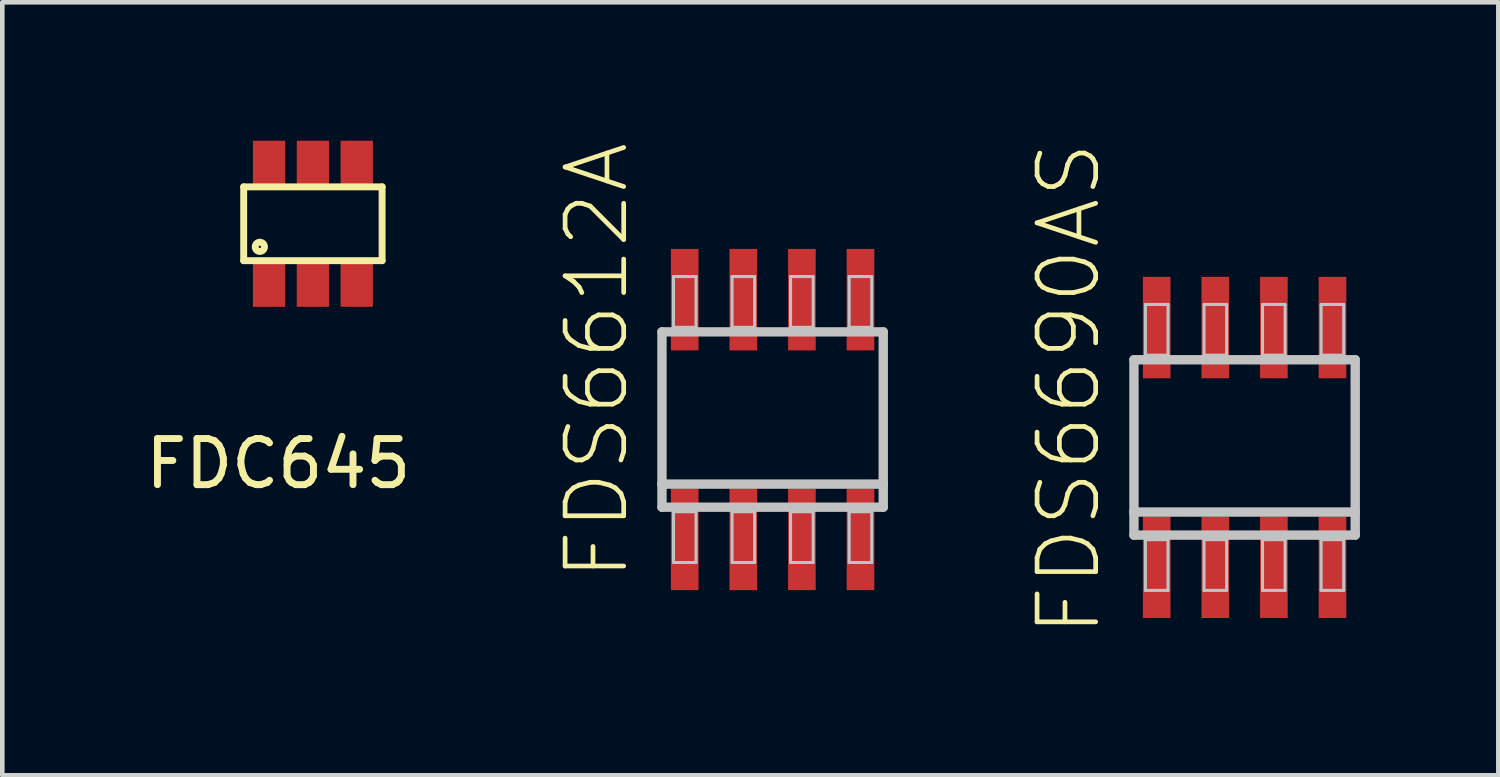
<source format=kicad_pcb>
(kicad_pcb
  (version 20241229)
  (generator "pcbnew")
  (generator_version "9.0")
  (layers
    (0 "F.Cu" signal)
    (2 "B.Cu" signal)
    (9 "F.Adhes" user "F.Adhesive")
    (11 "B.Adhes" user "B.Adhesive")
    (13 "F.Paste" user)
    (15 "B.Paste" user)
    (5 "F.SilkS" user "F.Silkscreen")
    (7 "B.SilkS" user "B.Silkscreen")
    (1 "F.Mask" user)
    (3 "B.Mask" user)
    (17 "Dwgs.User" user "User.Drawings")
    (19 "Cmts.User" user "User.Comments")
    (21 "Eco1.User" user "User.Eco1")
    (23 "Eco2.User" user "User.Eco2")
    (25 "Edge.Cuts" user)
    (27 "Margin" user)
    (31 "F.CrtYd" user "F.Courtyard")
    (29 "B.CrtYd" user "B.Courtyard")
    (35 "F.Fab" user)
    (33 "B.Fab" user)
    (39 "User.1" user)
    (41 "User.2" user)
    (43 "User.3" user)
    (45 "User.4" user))
  (footprint "FDC645"
    (layer "F.Cu")
    (at 2.782 3.1)
    (property "Reference" "FDC645" (at 0.2 3.9 0) (layer "F.SilkS") (effects (font (size 1 1) (thickness 0.15))))
    (attr through_hole)
    (fp_line (start -0.55 -2.1) (end 2.45 -2.1) (stroke (width 0.15) (type solid)) (layer "F.SilkS"))
    (fp_line (start -0.55 -0.5) (end -0.55 -2.1) (stroke (width 0.15) (type solid)) (layer "F.SilkS"))
    (fp_line (start 2.45 -2.1) (end 2.45 -0.5) (stroke (width 0.15) (type solid)) (layer "F.SilkS"))
    (fp_line (start 2.45 -0.5) (end -0.55 -0.5) (stroke (width 0.15) (type solid)) (layer "F.SilkS"))
    (fp_circle (center -0.2 -0.8) (end -0.2 -0.9) (stroke (width 0.15) (type solid)) (fill no) (layer "F.SilkS"))
    (pad "D" smd rect (at 0 -2.6) (size 0.7 1) (layers "F.Cu" "F.Mask" "F.Paste"))
    (pad "D" smd rect (at 0 0) (size 0.7 1) (layers "F.Cu" "F.Mask" "F.Paste"))
    (pad "D" smd rect (at 0.95 -2.6) (size 0.7 1) (layers "F.Cu" "F.Mask" "F.Paste"))
    (pad "D" smd rect (at 0.95 0) (size 0.7 1) (layers "F.Cu" "F.Mask" "F.Paste"))
    (pad "G" smd rect (at 1.9 0) (size 0.7 1) (layers "F.Cu" "F.Mask" "F.Paste"))
    (pad "S" smd rect (at 1.9 -2.6) (size 0.7 1) (layers "F.Cu" "F.Mask" "F.Paste")))
  (footprint "FDS6612A"
    (layer "F.Cu")
    (at 13.696 6.043)
    (property "Reference" "FDS6612A" (at -3.81 -1.27 90) (layer "F.SilkS") (effects (font (size 1.27 1.27) (thickness 0.102))))
    (attr smd)
    (fp_line (start -2.398 -1.9) (end 2.398 -1.9) (stroke (width 0.203) (type solid)) (layer "Dwgs.User"))
    (fp_line (start -2.398 1.4) (end -2.398 -1.9) (stroke (width 0.203) (type solid)) (layer "Dwgs.User"))
    (fp_line (start -2.398 1.9) (end -2.398 1.4) (stroke (width 0.203) (type solid)) (layer "Dwgs.User"))
    (fp_line (start -2.149 -3.099) (end -1.659 -3.099) (stroke (width 0.066) (type solid)) (layer "Dwgs.User"))
    (fp_line (start -2.149 -1.999) (end -2.149 -3.099) (stroke (width 0.066) (type solid)) (layer "Dwgs.User"))
    (fp_line (start -2.149 -1.999) (end -1.659 -1.999) (stroke (width 0.066) (type solid)) (layer "Dwgs.User"))
    (fp_line (start -2.149 1.999) (end -1.659 1.999) (stroke (width 0.066) (type solid)) (layer "Dwgs.User"))
    (fp_line (start -2.149 3.099) (end -2.149 1.999) (stroke (width 0.066) (type solid)) (layer "Dwgs.User"))
    (fp_line (start -2.149 3.099) (end -1.659 3.099) (stroke (width 0.066) (type solid)) (layer "Dwgs.User"))
    (fp_line (start -1.659 -1.999) (end -1.659 -3.099) (stroke (width 0.066) (type solid)) (layer "Dwgs.User"))
    (fp_line (start -1.659 3.099) (end -1.659 1.999) (stroke (width 0.066) (type solid)) (layer "Dwgs.User"))
    (fp_line (start -0.879 -3.099) (end -0.389 -3.099) (stroke (width 0.066) (type solid)) (layer "Dwgs.User"))
    (fp_line (start -0.879 -1.999) (end -0.879 -3.099) (stroke (width 0.066) (type solid)) (layer "Dwgs.User"))
    (fp_line (start -0.879 -1.999) (end -0.389 -1.999) (stroke (width 0.066) (type solid)) (layer "Dwgs.User"))
    (fp_line (start -0.879 1.999) (end -0.389 1.999) (stroke (width 0.066) (type solid)) (layer "Dwgs.User"))
    (fp_line (start -0.879 3.099) (end -0.879 1.999) (stroke (width 0.066) (type solid)) (layer "Dwgs.User"))
    (fp_line (start -0.879 3.099) (end -0.389 3.099) (stroke (width 0.066) (type solid)) (layer "Dwgs.User"))
    (fp_line (start -0.389 -1.999) (end -0.389 -3.099) (stroke (width 0.066) (type solid)) (layer "Dwgs.User"))
    (fp_line (start -0.389 3.099) (end -0.389 1.999) (stroke (width 0.066) (type solid)) (layer "Dwgs.User"))
    (fp_line (start 0.389 -3.099) (end 0.879 -3.099) (stroke (width 0.066) (type solid)) (layer "Dwgs.User"))
    (fp_line (start 0.389 -1.999) (end 0.389 -3.099) (stroke (width 0.066) (type solid)) (layer "Dwgs.User"))
    (fp_line (start 0.389 -1.999) (end 0.879 -1.999) (stroke (width 0.066) (type solid)) (layer "Dwgs.User"))
    (fp_line (start 0.389 1.999) (end 0.879 1.999) (stroke (width 0.066) (type solid)) (layer "Dwgs.User"))
    (fp_line (start 0.389 3.099) (end 0.389 1.999) (stroke (width 0.066) (type solid)) (layer "Dwgs.User"))
    (fp_line (start 0.389 3.099) (end 0.879 3.099) (stroke (width 0.066) (type solid)) (layer "Dwgs.User"))
    (fp_line (start 0.879 -1.999) (end 0.879 -3.099) (stroke (width 0.066) (type solid)) (layer "Dwgs.User"))
    (fp_line (start 0.879 3.099) (end 0.879 1.999) (stroke (width 0.066) (type solid)) (layer "Dwgs.User"))
    (fp_line (start 1.659 -3.099) (end 2.149 -3.099) (stroke (width 0.066) (type solid)) (layer "Dwgs.User"))
    (fp_line (start 1.659 -1.999) (end 1.659 -3.099) (stroke (width 0.066) (type solid)) (layer "Dwgs.User"))
    (fp_line (start 1.659 -1.999) (end 2.149 -1.999) (stroke (width 0.066) (type solid)) (layer "Dwgs.User"))
    (fp_line (start 1.659 1.999) (end 2.149 1.999) (stroke (width 0.066) (type solid)) (layer "Dwgs.User"))
    (fp_line (start 1.659 3.099) (end 1.659 1.999) (stroke (width 0.066) (type solid)) (layer "Dwgs.User"))
    (fp_line (start 1.659 3.099) (end 2.149 3.099) (stroke (width 0.066) (type solid)) (layer "Dwgs.User"))
    (fp_line (start 2.149 -1.999) (end 2.149 -3.099) (stroke (width 0.066) (type solid)) (layer "Dwgs.User"))
    (fp_line (start 2.149 3.099) (end 2.149 1.999) (stroke (width 0.066) (type solid)) (layer "Dwgs.User"))
    (fp_line (start 2.398 -1.9) (end 2.398 1.4) (stroke (width 0.203) (type solid)) (layer "Dwgs.User"))
    (fp_line (start 2.398 1.4) (end -2.398 1.4) (stroke (width 0.203) (type solid)) (layer "Dwgs.User"))
    (fp_line (start 2.398 1.4) (end 2.398 1.9) (stroke (width 0.203) (type solid)) (layer "Dwgs.User"))
    (fp_line (start 2.398 1.9) (end -2.398 1.9) (stroke (width 0.203) (type solid)) (layer "Dwgs.User"))
    (pad "D" smd rect (at -1.905 -2.598) (size 0.599 2.2) (layers "F.Cu" "F.Mask" "F.Paste"))
    (pad "D" smd rect (at -0.635 -2.598) (size 0.599 2.2) (layers "F.Cu" "F.Mask" "F.Paste"))
    (pad "D" smd rect (at 0.635 -2.598) (size 0.599 2.2) (layers "F.Cu" "F.Mask" "F.Paste"))
    (pad "D" smd rect (at 1.905 -2.598) (size 0.599 2.2) (layers "F.Cu" "F.Mask" "F.Paste"))
    (pad "G" smd rect (at 1.905 2.598) (size 0.599 2.2) (layers "F.Cu" "F.Mask" "F.Paste"))
    (pad "S" smd rect (at -1.905 2.598) (size 0.599 2.2) (layers "F.Cu" "F.Mask" "F.Paste"))
    (pad "S" smd rect (at -0.635 2.598) (size 0.599 2.2) (layers "F.Cu" "F.Mask" "F.Paste"))
    (pad "S" smd rect (at 0.635 2.598) (size 0.599 2.2) (layers "F.Cu" "F.Mask" "F.Paste")))
  (footprint "FDS6690AS"
    (layer "F.Cu")
    (at 23.926 6.648)
    (property "Reference" "FDS6690AS" (at -3.81 -1.27 90) (layer "F.SilkS") (effects (font (size 1.27 1.27) (thickness 0.102))))
    (attr smd)
    (fp_line (start -2.398 -1.9) (end 2.398 -1.9) (stroke (width 0.203) (type solid)) (layer "Dwgs.User"))
    (fp_line (start -2.398 1.4) (end -2.398 -1.9) (stroke (width 0.203) (type solid)) (layer "Dwgs.User"))
    (fp_line (start -2.398 1.9) (end -2.398 1.4) (stroke (width 0.203) (type solid)) (layer "Dwgs.User"))
    (fp_line (start -2.149 -3.099) (end -1.659 -3.099) (stroke (width 0.066) (type solid)) (layer "Dwgs.User"))
    (fp_line (start -2.149 -1.999) (end -2.149 -3.099) (stroke (width 0.066) (type solid)) (layer "Dwgs.User"))
    (fp_line (start -2.149 -1.999) (end -1.659 -1.999) (stroke (width 0.066) (type solid)) (layer "Dwgs.User"))
    (fp_line (start -2.149 1.999) (end -1.659 1.999) (stroke (width 0.066) (type solid)) (layer "Dwgs.User"))
    (fp_line (start -2.149 3.099) (end -2.149 1.999) (stroke (width 0.066) (type solid)) (layer "Dwgs.User"))
    (fp_line (start -2.149 3.099) (end -1.659 3.099) (stroke (width 0.066) (type solid)) (layer "Dwgs.User"))
    (fp_line (start -1.659 -1.999) (end -1.659 -3.099) (stroke (width 0.066) (type solid)) (layer "Dwgs.User"))
    (fp_line (start -1.659 3.099) (end -1.659 1.999) (stroke (width 0.066) (type solid)) (layer "Dwgs.User"))
    (fp_line (start -0.879 -3.099) (end -0.389 -3.099) (stroke (width 0.066) (type solid)) (layer "Dwgs.User"))
    (fp_line (start -0.879 -1.999) (end -0.879 -3.099) (stroke (width 0.066) (type solid)) (layer "Dwgs.User"))
    (fp_line (start -0.879 -1.999) (end -0.389 -1.999) (stroke (width 0.066) (type solid)) (layer "Dwgs.User"))
    (fp_line (start -0.879 1.999) (end -0.389 1.999) (stroke (width 0.066) (type solid)) (layer "Dwgs.User"))
    (fp_line (start -0.879 3.099) (end -0.879 1.999) (stroke (width 0.066) (type solid)) (layer "Dwgs.User"))
    (fp_line (start -0.879 3.099) (end -0.389 3.099) (stroke (width 0.066) (type solid)) (layer "Dwgs.User"))
    (fp_line (start -0.389 -1.999) (end -0.389 -3.099) (stroke (width 0.066) (type solid)) (layer "Dwgs.User"))
    (fp_line (start -0.389 3.099) (end -0.389 1.999) (stroke (width 0.066) (type solid)) (layer "Dwgs.User"))
    (fp_line (start 0.389 -3.099) (end 0.879 -3.099) (stroke (width 0.066) (type solid)) (layer "Dwgs.User"))
    (fp_line (start 0.389 -1.999) (end 0.389 -3.099) (stroke (width 0.066) (type solid)) (layer "Dwgs.User"))
    (fp_line (start 0.389 -1.999) (end 0.879 -1.999) (stroke (width 0.066) (type solid)) (layer "Dwgs.User"))
    (fp_line (start 0.389 1.999) (end 0.879 1.999) (stroke (width 0.066) (type solid)) (layer "Dwgs.User"))
    (fp_line (start 0.389 3.099) (end 0.389 1.999) (stroke (width 0.066) (type solid)) (layer "Dwgs.User"))
    (fp_line (start 0.389 3.099) (end 0.879 3.099) (stroke (width 0.066) (type solid)) (layer "Dwgs.User"))
    (fp_line (start 0.879 -1.999) (end 0.879 -3.099) (stroke (width 0.066) (type solid)) (layer "Dwgs.User"))
    (fp_line (start 0.879 3.099) (end 0.879 1.999) (stroke (width 0.066) (type solid)) (layer "Dwgs.User"))
    (fp_line (start 1.659 -3.099) (end 2.149 -3.099) (stroke (width 0.066) (type solid)) (layer "Dwgs.User"))
    (fp_line (start 1.659 -1.999) (end 1.659 -3.099) (stroke (width 0.066) (type solid)) (layer "Dwgs.User"))
    (fp_line (start 1.659 -1.999) (end 2.149 -1.999) (stroke (width 0.066) (type solid)) (layer "Dwgs.User"))
    (fp_line (start 1.659 1.999) (end 2.149 1.999) (stroke (width 0.066) (type solid)) (layer "Dwgs.User"))
    (fp_line (start 1.659 3.099) (end 1.659 1.999) (stroke (width 0.066) (type solid)) (layer "Dwgs.User"))
    (fp_line (start 1.659 3.099) (end 2.149 3.099) (stroke (width 0.066) (type solid)) (layer "Dwgs.User"))
    (fp_line (start 2.149 -1.999) (end 2.149 -3.099) (stroke (width 0.066) (type solid)) (layer "Dwgs.User"))
    (fp_line (start 2.149 3.099) (end 2.149 1.999) (stroke (width 0.066) (type solid)) (layer "Dwgs.User"))
    (fp_line (start 2.398 -1.9) (end 2.398 1.4) (stroke (width 0.203) (type solid)) (layer "Dwgs.User"))
    (fp_line (start 2.398 1.4) (end -2.398 1.4) (stroke (width 0.203) (type solid)) (layer "Dwgs.User"))
    (fp_line (start 2.398 1.4) (end 2.398 1.9) (stroke (width 0.203) (type solid)) (layer "Dwgs.User"))
    (fp_line (start 2.398 1.9) (end -2.398 1.9) (stroke (width 0.203) (type solid)) (layer "Dwgs.User"))
    (pad "D" smd rect (at -1.905 -2.598) (size 0.599 2.2) (layers "F.Cu" "F.Mask" "F.Paste"))
    (pad "D" smd rect (at -0.635 -2.598) (size 0.599 2.2) (layers "F.Cu" "F.Mask" "F.Paste"))
    (pad "D" smd rect (at 0.635 -2.598) (size 0.599 2.2) (layers "F.Cu" "F.Mask" "F.Paste"))
    (pad "D" smd rect (at 1.905 -2.598) (size 0.599 2.2) (layers "F.Cu" "F.Mask" "F.Paste"))
    (pad "S" smd rect (at -1.905 2.598) (size 0.599 2.2) (layers "F.Cu" "F.Mask" "F.Paste"))
    (pad "S" smd rect (at -0.635 2.598) (size 0.599 2.2) (layers "F.Cu" "F.Mask" "F.Paste"))
    (pad "S" smd rect (at 0.635 2.598) (size 0.599 2.2) (layers "F.Cu" "F.Mask" "F.Paste"))
    (pad "g" smd rect (at 1.905 2.598) (size 0.599 2.2) (layers "F.Cu" "F.Mask" "F.Paste")))
  (gr_rect
    (start -3 -3)
    (end 29.426 13.755)
    (stroke (width 0.1) (type default))
    (fill no)
    (layer "Edge.Cuts")))
</source>
